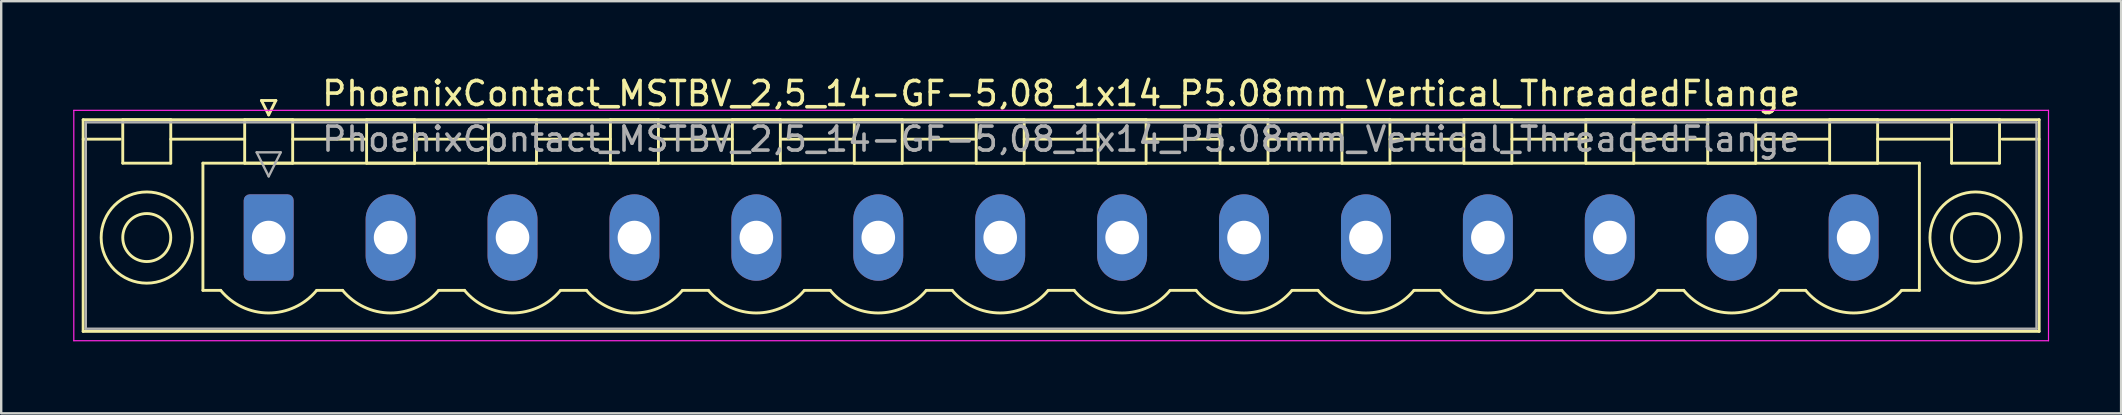
<source format=kicad_pcb>
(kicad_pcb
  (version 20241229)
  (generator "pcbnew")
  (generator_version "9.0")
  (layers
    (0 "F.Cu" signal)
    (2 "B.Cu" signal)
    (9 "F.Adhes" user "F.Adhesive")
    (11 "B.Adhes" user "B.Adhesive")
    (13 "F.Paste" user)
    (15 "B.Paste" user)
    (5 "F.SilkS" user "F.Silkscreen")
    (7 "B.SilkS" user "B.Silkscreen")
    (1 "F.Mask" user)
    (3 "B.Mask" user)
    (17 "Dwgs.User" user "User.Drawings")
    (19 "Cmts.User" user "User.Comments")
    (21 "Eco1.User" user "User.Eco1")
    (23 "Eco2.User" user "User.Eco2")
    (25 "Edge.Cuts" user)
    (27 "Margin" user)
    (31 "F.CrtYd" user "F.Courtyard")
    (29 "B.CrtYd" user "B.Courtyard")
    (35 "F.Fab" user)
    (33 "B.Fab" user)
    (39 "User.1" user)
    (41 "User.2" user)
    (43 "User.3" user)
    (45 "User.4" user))
  (footprint "PhoenixContact_MSTBV_2,5_14-GF-5,08_1x14_P5.08mm_Vertical_ThreadedFlange"
    (layer "F.Cu")
    (at 8.145 6.848)
    (property "Reference" "PhoenixContact_MSTBV_2,5_14-GF-5,08_1x14_P5.08mm_Vertical_ThreadedFlange" (at 33.02 -6 0) (layer "F.SilkS") (effects (font (size 1 1) (thickness 0.15))))
    (attr through_hole)
    (fp_line (start -7.73 -4.91) (end -7.73 3.91) (stroke (width 0.12) (type solid)) (layer "F.SilkS"))
    (fp_line (start -7.73 -4.1) (end -6.19 -4.1) (stroke (width 0.12) (type solid)) (layer "F.SilkS"))
    (fp_line (start -7.73 3.91) (end 73.77 3.91) (stroke (width 0.12) (type solid)) (layer "F.SilkS"))
    (fp_line (start -6.08 -4.91) (end -4.08 -4.91) (stroke (width 0.12) (type solid)) (layer "F.SilkS"))
    (fp_line (start -6.08 -3.1) (end -6.08 -4.91) (stroke (width 0.12) (type solid)) (layer "F.SilkS"))
    (fp_line (start -4.08 -4.91) (end -4.08 -3.1) (stroke (width 0.12) (type solid)) (layer "F.SilkS"))
    (fp_line (start -4.08 -4.1) (end -1 -4.1) (stroke (width 0.12) (type solid)) (layer "F.SilkS"))
    (fp_line (start -4.08 -3.1) (end -6.08 -3.1) (stroke (width 0.12) (type solid)) (layer "F.SilkS"))
    (fp_line (start -2.74 -3.1) (end 68.78 -3.1) (stroke (width 0.12) (type solid)) (layer "F.SilkS"))
    (fp_line (start -2.74 2.2) (end -2.74 -3.1) (stroke (width 0.12) (type solid)) (layer "F.SilkS"))
    (fp_line (start -2 2.2) (end -2.74 2.2) (stroke (width 0.12) (type solid)) (layer "F.SilkS"))
    (fp_line (start -1 -4.91) (end 1 -4.91) (stroke (width 0.12) (type solid)) (layer "F.SilkS"))
    (fp_line (start -1 -3.1) (end -1 -4.91) (stroke (width 0.12) (type solid)) (layer "F.SilkS"))
    (fp_line (start -0.3 -5.71) (end 0.3 -5.71) (stroke (width 0.12) (type solid)) (layer "F.SilkS"))
    (fp_line (start 0 -5.11) (end -0.3 -5.71) (stroke (width 0.12) (type solid)) (layer "F.SilkS"))
    (fp_line (start 0.3 -5.71) (end 0 -5.11) (stroke (width 0.12) (type solid)) (layer "F.SilkS"))
    (fp_line (start 1 -4.91) (end 1 -3.1) (stroke (width 0.12) (type solid)) (layer "F.SilkS"))
    (fp_line (start 1 -4.1) (end 4.08 -4.1) (stroke (width 0.12) (type solid)) (layer "F.SilkS"))
    (fp_line (start 1 -3.1) (end -1 -3.1) (stroke (width 0.12) (type solid)) (layer "F.SilkS"))
    (fp_line (start 2 2.2) (end 3.08 2.2) (stroke (width 0.12) (type solid)) (layer "F.SilkS"))
    (fp_line (start 4.08 -4.91) (end 6.08 -4.91) (stroke (width 0.12) (type solid)) (layer "F.SilkS"))
    (fp_line (start 4.08 -3.1) (end 4.08 -4.91) (stroke (width 0.12) (type solid)) (layer "F.SilkS"))
    (fp_line (start 6.08 -4.91) (end 6.08 -3.1) (stroke (width 0.12) (type solid)) (layer "F.SilkS"))
    (fp_line (start 6.08 -4.1) (end 9.16 -4.1) (stroke (width 0.12) (type solid)) (layer "F.SilkS"))
    (fp_line (start 6.08 -3.1) (end 4.08 -3.1) (stroke (width 0.12) (type solid)) (layer "F.SilkS"))
    (fp_line (start 7.08 2.2) (end 8.16 2.2) (stroke (width 0.12) (type solid)) (layer "F.SilkS"))
    (fp_line (start 9.16 -4.91) (end 11.16 -4.91) (stroke (width 0.12) (type solid)) (layer "F.SilkS"))
    (fp_line (start 9.16 -3.1) (end 9.16 -4.91) (stroke (width 0.12) (type solid)) (layer "F.SilkS"))
    (fp_line (start 11.16 -4.91) (end 11.16 -3.1) (stroke (width 0.12) (type solid)) (layer "F.SilkS"))
    (fp_line (start 11.16 -4.1) (end 14.24 -4.1) (stroke (width 0.12) (type solid)) (layer "F.SilkS"))
    (fp_line (start 11.16 -3.1) (end 9.16 -3.1) (stroke (width 0.12) (type solid)) (layer "F.SilkS"))
    (fp_line (start 12.16 2.2) (end 13.24 2.2) (stroke (width 0.12) (type solid)) (layer "F.SilkS"))
    (fp_line (start 14.24 -4.91) (end 16.24 -4.91) (stroke (width 0.12) (type solid)) (layer "F.SilkS"))
    (fp_line (start 14.24 -3.1) (end 14.24 -4.91) (stroke (width 0.12) (type solid)) (layer "F.SilkS"))
    (fp_line (start 16.24 -4.91) (end 16.24 -3.1) (stroke (width 0.12) (type solid)) (layer "F.SilkS"))
    (fp_line (start 16.24 -4.1) (end 19.32 -4.1) (stroke (width 0.12) (type solid)) (layer "F.SilkS"))
    (fp_line (start 16.24 -3.1) (end 14.24 -3.1) (stroke (width 0.12) (type solid)) (layer "F.SilkS"))
    (fp_line (start 17.24 2.2) (end 18.32 2.2) (stroke (width 0.12) (type solid)) (layer "F.SilkS"))
    (fp_line (start 19.32 -4.91) (end 21.32 -4.91) (stroke (width 0.12) (type solid)) (layer "F.SilkS"))
    (fp_line (start 19.32 -3.1) (end 19.32 -4.91) (stroke (width 0.12) (type solid)) (layer "F.SilkS"))
    (fp_line (start 21.32 -4.91) (end 21.32 -3.1) (stroke (width 0.12) (type solid)) (layer "F.SilkS"))
    (fp_line (start 21.32 -4.1) (end 24.4 -4.1) (stroke (width 0.12) (type solid)) (layer "F.SilkS"))
    (fp_line (start 21.32 -3.1) (end 19.32 -3.1) (stroke (width 0.12) (type solid)) (layer "F.SilkS"))
    (fp_line (start 22.32 2.2) (end 23.4 2.2) (stroke (width 0.12) (type solid)) (layer "F.SilkS"))
    (fp_line (start 24.4 -4.91) (end 26.4 -4.91) (stroke (width 0.12) (type solid)) (layer "F.SilkS"))
    (fp_line (start 24.4 -3.1) (end 24.4 -4.91) (stroke (width 0.12) (type solid)) (layer "F.SilkS"))
    (fp_line (start 26.4 -4.91) (end 26.4 -3.1) (stroke (width 0.12) (type solid)) (layer "F.SilkS"))
    (fp_line (start 26.4 -4.1) (end 29.48 -4.1) (stroke (width 0.12) (type solid)) (layer "F.SilkS"))
    (fp_line (start 26.4 -3.1) (end 24.4 -3.1) (stroke (width 0.12) (type solid)) (layer "F.SilkS"))
    (fp_line (start 27.4 2.2) (end 28.48 2.2) (stroke (width 0.12) (type solid)) (layer "F.SilkS"))
    (fp_line (start 29.48 -4.91) (end 31.48 -4.91) (stroke (width 0.12) (type solid)) (layer "F.SilkS"))
    (fp_line (start 29.48 -3.1) (end 29.48 -4.91) (stroke (width 0.12) (type solid)) (layer "F.SilkS"))
    (fp_line (start 31.48 -4.91) (end 31.48 -3.1) (stroke (width 0.12) (type solid)) (layer "F.SilkS"))
    (fp_line (start 31.48 -4.1) (end 34.56 -4.1) (stroke (width 0.12) (type solid)) (layer "F.SilkS"))
    (fp_line (start 31.48 -3.1) (end 29.48 -3.1) (stroke (width 0.12) (type solid)) (layer "F.SilkS"))
    (fp_line (start 32.48 2.2) (end 33.56 2.2) (stroke (width 0.12) (type solid)) (layer "F.SilkS"))
    (fp_line (start 34.56 -4.91) (end 36.56 -4.91) (stroke (width 0.12) (type solid)) (layer "F.SilkS"))
    (fp_line (start 34.56 -3.1) (end 34.56 -4.91) (stroke (width 0.12) (type solid)) (layer "F.SilkS"))
    (fp_line (start 36.56 -4.91) (end 36.56 -3.1) (stroke (width 0.12) (type solid)) (layer "F.SilkS"))
    (fp_line (start 36.56 -4.1) (end 39.64 -4.1) (stroke (width 0.12) (type solid)) (layer "F.SilkS"))
    (fp_line (start 36.56 -3.1) (end 34.56 -3.1) (stroke (width 0.12) (type solid)) (layer "F.SilkS"))
    (fp_line (start 37.56 2.2) (end 38.64 2.2) (stroke (width 0.12) (type solid)) (layer "F.SilkS"))
    (fp_line (start 39.64 -4.91) (end 41.64 -4.91) (stroke (width 0.12) (type solid)) (layer "F.SilkS"))
    (fp_line (start 39.64 -3.1) (end 39.64 -4.91) (stroke (width 0.12) (type solid)) (layer "F.SilkS"))
    (fp_line (start 41.64 -4.91) (end 41.64 -3.1) (stroke (width 0.12) (type solid)) (layer "F.SilkS"))
    (fp_line (start 41.64 -4.1) (end 44.72 -4.1) (stroke (width 0.12) (type solid)) (layer "F.SilkS"))
    (fp_line (start 41.64 -3.1) (end 39.64 -3.1) (stroke (width 0.12) (type solid)) (layer "F.SilkS"))
    (fp_line (start 42.64 2.2) (end 43.72 2.2) (stroke (width 0.12) (type solid)) (layer "F.SilkS"))
    (fp_line (start 44.72 -4.91) (end 46.72 -4.91) (stroke (width 0.12) (type solid)) (layer "F.SilkS"))
    (fp_line (start 44.72 -3.1) (end 44.72 -4.91) (stroke (width 0.12) (type solid)) (layer "F.SilkS"))
    (fp_line (start 46.72 -4.91) (end 46.72 -3.1) (stroke (width 0.12) (type solid)) (layer "F.SilkS"))
    (fp_line (start 46.72 -4.1) (end 49.8 -4.1) (stroke (width 0.12) (type solid)) (layer "F.SilkS"))
    (fp_line (start 46.72 -3.1) (end 44.72 -3.1) (stroke (width 0.12) (type solid)) (layer "F.SilkS"))
    (fp_line (start 47.72 2.2) (end 48.8 2.2) (stroke (width 0.12) (type solid)) (layer "F.SilkS"))
    (fp_line (start 49.8 -4.91) (end 51.8 -4.91) (stroke (width 0.12) (type solid)) (layer "F.SilkS"))
    (fp_line (start 49.8 -3.1) (end 49.8 -4.91) (stroke (width 0.12) (type solid)) (layer "F.SilkS"))
    (fp_line (start 51.8 -4.91) (end 51.8 -3.1) (stroke (width 0.12) (type solid)) (layer "F.SilkS"))
    (fp_line (start 51.8 -4.1) (end 54.88 -4.1) (stroke (width 0.12) (type solid)) (layer "F.SilkS"))
    (fp_line (start 51.8 -3.1) (end 49.8 -3.1) (stroke (width 0.12) (type solid)) (layer "F.SilkS"))
    (fp_line (start 52.8 2.2) (end 53.88 2.2) (stroke (width 0.12) (type solid)) (layer "F.SilkS"))
    (fp_line (start 54.88 -4.91) (end 56.88 -4.91) (stroke (width 0.12) (type solid)) (layer "F.SilkS"))
    (fp_line (start 54.88 -3.1) (end 54.88 -4.91) (stroke (width 0.12) (type solid)) (layer "F.SilkS"))
    (fp_line (start 56.88 -4.91) (end 56.88 -3.1) (stroke (width 0.12) (type solid)) (layer "F.SilkS"))
    (fp_line (start 56.88 -4.1) (end 59.96 -4.1) (stroke (width 0.12) (type solid)) (layer "F.SilkS"))
    (fp_line (start 56.88 -3.1) (end 54.88 -3.1) (stroke (width 0.12) (type solid)) (layer "F.SilkS"))
    (fp_line (start 57.88 2.2) (end 58.96 2.2) (stroke (width 0.12) (type solid)) (layer "F.SilkS"))
    (fp_line (start 59.96 -4.91) (end 61.96 -4.91) (stroke (width 0.12) (type solid)) (layer "F.SilkS"))
    (fp_line (start 59.96 -3.1) (end 59.96 -4.91) (stroke (width 0.12) (type solid)) (layer "F.SilkS"))
    (fp_line (start 61.96 -4.91) (end 61.96 -3.1) (stroke (width 0.12) (type solid)) (layer "F.SilkS"))
    (fp_line (start 61.96 -4.1) (end 65.04 -4.1) (stroke (width 0.12) (type solid)) (layer "F.SilkS"))
    (fp_line (start 61.96 -3.1) (end 59.96 -3.1) (stroke (width 0.12) (type solid)) (layer "F.SilkS"))
    (fp_line (start 62.96 2.2) (end 64.04 2.2) (stroke (width 0.12) (type solid)) (layer "F.SilkS"))
    (fp_line (start 65.04 -4.91) (end 67.04 -4.91) (stroke (width 0.12) (type solid)) (layer "F.SilkS"))
    (fp_line (start 65.04 -3.1) (end 65.04 -4.91) (stroke (width 0.12) (type solid)) (layer "F.SilkS"))
    (fp_line (start 67.04 -4.91) (end 67.04 -3.1) (stroke (width 0.12) (type solid)) (layer "F.SilkS"))
    (fp_line (start 67.04 -4.1) (end 70.12 -4.1) (stroke (width 0.12) (type solid)) (layer "F.SilkS"))
    (fp_line (start 67.04 -3.1) (end 65.04 -3.1) (stroke (width 0.12) (type solid)) (layer "F.SilkS"))
    (fp_line (start 68.78 -3.1) (end 68.78 2.2) (stroke (width 0.12) (type solid)) (layer "F.SilkS"))
    (fp_line (start 68.78 2.2) (end 68.04 2.2) (stroke (width 0.12) (type solid)) (layer "F.SilkS"))
    (fp_line (start 70.12 -4.91) (end 72.12 -4.91) (stroke (width 0.12) (type solid)) (layer "F.SilkS"))
    (fp_line (start 70.12 -3.1) (end 70.12 -4.91) (stroke (width 0.12) (type solid)) (layer "F.SilkS"))
    (fp_line (start 72.12 -4.91) (end 72.12 -3.1) (stroke (width 0.12) (type solid)) (layer "F.SilkS"))
    (fp_line (start 72.12 -3.1) (end 70.12 -3.1) (stroke (width 0.12) (type solid)) (layer "F.SilkS"))
    (fp_line (start 73.77 -4.91) (end -7.73 -4.91) (stroke (width 0.12) (type solid)) (layer "F.SilkS"))
    (fp_line (start 73.77 -4.1) (end 72.23 -4.1) (stroke (width 0.12) (type solid)) (layer "F.SilkS"))
    (fp_line (start 73.77 3.91) (end 73.77 -4.91) (stroke (width 0.12) (type solid)) (layer "F.SilkS"))
    (fp_arc (start 1.986842 2.215821) (mid -0.010289 3.142758) (end -2 2.2) (stroke (width 0.12) (type solid)) (layer "F.SilkS"))
    (fp_arc (start 7.066842 2.215821) (mid 5.069711 3.142758) (end 3.08 2.2) (stroke (width 0.12) (type solid)) (layer "F.SilkS"))
    (fp_arc (start 12.146842 2.215821) (mid 10.149711 3.142758) (end 8.16 2.2) (stroke (width 0.12) (type solid)) (layer "F.SilkS"))
    (fp_arc (start 17.226842 2.215821) (mid 15.229711 3.142758) (end 13.24 2.2) (stroke (width 0.12) (type solid)) (layer "F.SilkS"))
    (fp_arc (start 22.306842 2.215821) (mid 20.309711 3.142758) (end 18.32 2.2) (stroke (width 0.12) (type solid)) (layer "F.SilkS"))
    (fp_arc (start 27.386842 2.215821) (mid 25.389711 3.142758) (end 23.4 2.2) (stroke (width 0.12) (type solid)) (layer "F.SilkS"))
    (fp_arc (start 32.466842 2.215821) (mid 30.469711 3.142758) (end 28.48 2.2) (stroke (width 0.12) (type solid)) (layer "F.SilkS"))
    (fp_arc (start 37.546842 2.215821) (mid 35.549711 3.142758) (end 33.56 2.2) (stroke (width 0.12) (type solid)) (layer "F.SilkS"))
    (fp_arc (start 42.626842 2.215821) (mid 40.629711 3.142758) (end 38.64 2.2) (stroke (width 0.12) (type solid)) (layer "F.SilkS"))
    (fp_arc (start 47.706842 2.215821) (mid 45.709711 3.142758) (end 43.72 2.2) (stroke (width 0.12) (type solid)) (layer "F.SilkS"))
    (fp_arc (start 52.786842 2.215821) (mid 50.789711 3.142758) (end 48.8 2.2) (stroke (width 0.12) (type solid)) (layer "F.SilkS"))
    (fp_arc (start 57.866842 2.215821) (mid 55.869711 3.142758) (end 53.88 2.2) (stroke (width 0.12) (type solid)) (layer "F.SilkS"))
    (fp_arc (start 62.946842 2.215821) (mid 60.949711 3.142758) (end 58.96 2.2) (stroke (width 0.12) (type solid)) (layer "F.SilkS"))
    (fp_arc (start 68.026842 2.215821) (mid 66.029711 3.142758) (end 64.04 2.2) (stroke (width 0.12) (type solid)) (layer "F.SilkS"))
    (fp_circle (center -5.08 0) (end -4.08 0) (stroke (width 0.12) (type solid)) (fill no) (layer "F.SilkS"))
    (fp_circle (center -5.08 0) (end -3.18 0) (stroke (width 0.12) (type solid)) (fill no) (layer "F.SilkS"))
    (fp_circle (center 71.12 0) (end 72.12 0) (stroke (width 0.12) (type solid)) (fill no) (layer "F.SilkS"))
    (fp_circle (center 71.12 0) (end 73.02 0) (stroke (width 0.12) (type solid)) (fill no) (layer "F.SilkS"))
    (fp_line (start -8.12 -5.3) (end -8.12 4.3) (stroke (width 0.05) (type solid)) (layer "F.CrtYd"))
    (fp_line (start -8.12 4.3) (end 74.16 4.3) (stroke (width 0.05) (type solid)) (layer "F.CrtYd"))
    (fp_line (start 74.16 -5.3) (end -8.12 -5.3) (stroke (width 0.05) (type solid)) (layer "F.CrtYd"))
    (fp_line (start 74.16 4.3) (end 74.16 -5.3) (stroke (width 0.05) (type solid)) (layer "F.CrtYd"))
    (fp_line (start -7.62 -4.8) (end -7.62 3.8) (stroke (width 0.1) (type solid)) (layer "F.Fab"))
    (fp_line (start -7.62 3.8) (end 73.66 3.8) (stroke (width 0.1) (type solid)) (layer "F.Fab"))
    (fp_line (start -0.5 -3.55) (end 0.5 -3.55) (stroke (width 0.1) (type solid)) (layer "F.Fab"))
    (fp_line (start 0 -2.55) (end -0.5 -3.55) (stroke (width 0.1) (type solid)) (layer "F.Fab"))
    (fp_line (start 0.5 -3.55) (end 0 -2.55) (stroke (width 0.1) (type solid)) (layer "F.Fab"))
    (fp_line (start 73.66 -4.8) (end -7.62 -4.8) (stroke (width 0.1) (type solid)) (layer "F.Fab"))
    (fp_line (start 73.66 3.8) (end 73.66 -4.8) (stroke (width 0.1) (type solid)) (layer "F.Fab"))
    (fp_text user "${REFERENCE}" (at 33.02 -4.1 0) (layer "F.Fab") (effects (font (size 1 1) (thickness 0.15))))
    (pad "1" thru_hole roundrect (at 0 0) (size 2.08 3.6) (drill 1.4) (layers "*.Cu" "*.Mask") (roundrect_rratio 0.12))
    (pad "2" thru_hole oval (at 5.08 0) (size 2.08 3.6) (drill 1.4) (layers "*.Cu" "*.Mask"))
    (pad "3" thru_hole oval (at 10.16 0) (size 2.08 3.6) (drill 1.4) (layers "*.Cu" "*.Mask"))
    (pad "4" thru_hole oval (at 15.24 0) (size 2.08 3.6) (drill 1.4) (layers "*.Cu" "*.Mask"))
    (pad "5" thru_hole oval (at 20.32 0) (size 2.08 3.6) (drill 1.4) (layers "*.Cu" "*.Mask"))
    (pad "6" thru_hole oval (at 25.4 0) (size 2.08 3.6) (drill 1.4) (layers "*.Cu" "*.Mask"))
    (pad "7" thru_hole oval (at 30.48 0) (size 2.08 3.6) (drill 1.4) (layers "*.Cu" "*.Mask"))
    (pad "8" thru_hole oval (at 35.56 0) (size 2.08 3.6) (drill 1.4) (layers "*.Cu" "*.Mask"))
    (pad "9" thru_hole oval (at 40.64 0) (size 2.08 3.6) (drill 1.4) (layers "*.Cu" "*.Mask"))
    (pad "10" thru_hole oval (at 45.72 0) (size 2.08 3.6) (drill 1.4) (layers "*.Cu" "*.Mask"))
    (pad "11" thru_hole oval (at 50.8 0) (size 2.08 3.6) (drill 1.4) (layers "*.Cu" "*.Mask"))
    (pad "12" thru_hole oval (at 55.88 0) (size 2.08 3.6) (drill 1.4) (layers "*.Cu" "*.Mask"))
    (pad "13" thru_hole oval (at 60.96 0) (size 2.08 3.6) (drill 1.4) (layers "*.Cu" "*.Mask"))
    (pad "14" thru_hole oval (at 66.04 0) (size 2.08 3.6) (drill 1.4) (layers "*.Cu" "*.Mask")))
  (gr_rect
    (start -3 -3)
    (end 85.33 14.173)
    (stroke (width 0.1) (type default))
    (fill no)
    (layer "Edge.Cuts")))
</source>
